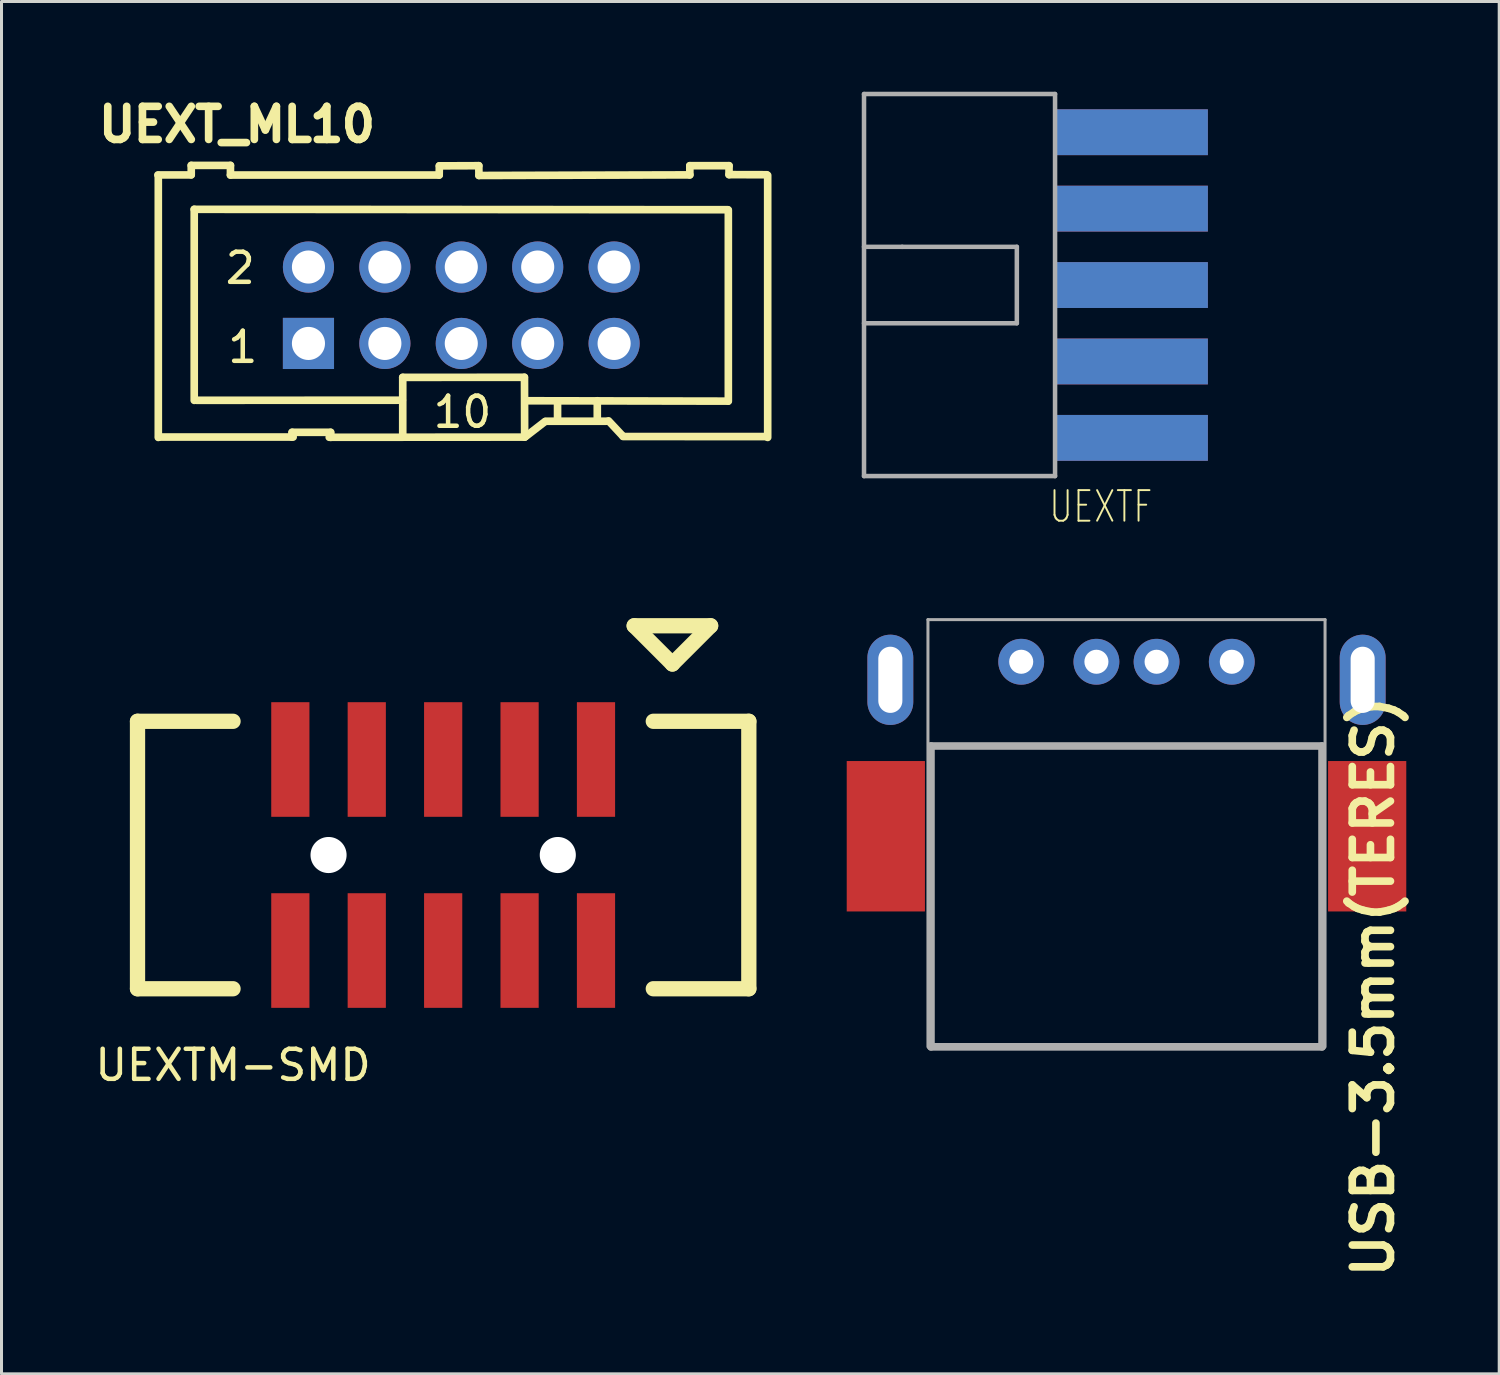
<source format=kicad_pcb>
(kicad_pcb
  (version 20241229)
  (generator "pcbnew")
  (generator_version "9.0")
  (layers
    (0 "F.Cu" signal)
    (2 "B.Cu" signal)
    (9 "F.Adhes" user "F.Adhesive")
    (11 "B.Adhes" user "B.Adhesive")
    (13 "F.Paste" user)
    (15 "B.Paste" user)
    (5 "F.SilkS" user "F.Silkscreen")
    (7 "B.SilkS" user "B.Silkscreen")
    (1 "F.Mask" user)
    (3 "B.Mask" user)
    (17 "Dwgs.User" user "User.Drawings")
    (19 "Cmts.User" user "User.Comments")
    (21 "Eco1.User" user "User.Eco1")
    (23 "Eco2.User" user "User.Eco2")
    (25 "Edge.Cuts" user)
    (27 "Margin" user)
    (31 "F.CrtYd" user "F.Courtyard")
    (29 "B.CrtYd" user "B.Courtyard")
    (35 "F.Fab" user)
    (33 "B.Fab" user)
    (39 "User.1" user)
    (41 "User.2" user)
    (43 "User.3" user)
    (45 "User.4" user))
  (footprint "UEXTF"
    (layer "F.Cu")
    (at 29.48 6.425)
    (property "Reference" "UEXTF" (at 4.064 7.366 0) (layer "F.SilkS") (effects (font (size 1.016 0.762) (thickness 0.064))))
    (attr smd)
    (fp_line (start -3.81 -6.35) (end -3.81 6.35) (stroke (width 0.15) (type solid)) (layer "F.Fab"))
    (fp_line (start -3.81 -1.27) (end -2.54 -1.27) (stroke (width 0.15) (type solid)) (layer "F.Fab"))
    (fp_line (start -3.81 6.35) (end 2.54 6.35) (stroke (width 0.15) (type solid)) (layer "F.Fab"))
    (fp_line (start -2.54 -1.27) (end 1.27 -1.27) (stroke (width 0.15) (type solid)) (layer "F.Fab"))
    (fp_line (start 1.27 -1.27) (end 1.27 1.27) (stroke (width 0.15) (type solid)) (layer "F.Fab"))
    (fp_line (start 1.27 1.27) (end -3.81 1.27) (stroke (width 0.15) (type solid)) (layer "F.Fab"))
    (fp_line (start 2.54 -6.35) (end -3.81 -6.35) (stroke (width 0.15) (type solid)) (layer "F.Fab"))
    (fp_line (start 2.54 -6.35) (end 2.54 6.35) (stroke (width 0.15) (type solid)) (layer "F.Fab"))
    (pad "1" smd rect (at 5.08 -5.08) (size 5.08 1.524) (layers "F.Cu" "F.Mask"))
    (pad "2" smd rect (at 5.08 -5.08) (size 5.08 1.524) (layers "B.Cu" "B.Mask"))
    (pad "3" smd rect (at 5.08 -2.54) (size 5.08 1.524) (layers "F.Cu" "F.Mask"))
    (pad "4" smd rect (at 5.08 -2.54) (size 5.08 1.524) (layers "B.Cu" "B.Mask"))
    (pad "5" smd rect (at 5.08 0) (size 5.08 1.524) (layers "F.Cu" "F.Mask"))
    (pad "6" smd rect (at 5.08 0) (size 5.08 1.524) (layers "B.Cu" "B.Mask"))
    (pad "7" smd rect (at 5.08 2.54) (size 5.08 1.524) (layers "F.Cu" "F.Mask"))
    (pad "8" smd rect (at 5.08 2.54) (size 5.08 1.524) (layers "B.Cu" "B.Mask"))
    (pad "9" smd rect (at 5.08 5.08) (size 5.08 1.524) (layers "F.Cu" "F.Mask"))
    (pad "10" smd rect (at 5.08 5.08) (size 5.08 1.524) (layers "B.Cu" "B.Mask")))
  (footprint "UEXT_ML10"
    (layer "F.Cu")
    (at 12.283 7.096)
    (property "Reference" "UEXT_ML10" (at -7.455 -6.007 0) (layer "F.SilkS") (effects (font (size 1.1 1.1) (thickness 0.254))))
    (attr smd)
    (fp_line (start -10.084 -4.331) (end -8.979 -4.331) (stroke (width 0.254) (type solid)) (layer "F.SilkS"))
    (fp_line (start -10.071 -4.318) (end -10.071 4.394) (stroke (width 0.254) (type solid)) (layer "F.SilkS"))
    (fp_line (start -10.058 4.381) (end -5.588 4.381) (stroke (width 0.254) (type solid)) (layer "F.SilkS"))
    (fp_line (start -8.976 -4.648) (end -8.976 -4.336) (stroke (width 0.254) (type solid)) (layer "F.SilkS"))
    (fp_line (start -8.877 -3.188) (end -8.877 3.162) (stroke (width 0.254) (type solid)) (layer "F.SilkS"))
    (fp_line (start -8.877 -3.188) (end 8.865 -3.175) (stroke (width 0.254) (type solid)) (layer "F.SilkS"))
    (fp_line (start -7.673 -4.648) (end -8.976 -4.648) (stroke (width 0.254) (type solid)) (layer "F.SilkS"))
    (fp_line (start -7.673 -4.328) (end -7.673 -4.648) (stroke (width 0.254) (type solid)) (layer "F.SilkS"))
    (fp_line (start -5.631 4.384) (end -5.624 4.224) (stroke (width 0.254) (type solid)) (layer "F.SilkS"))
    (fp_line (start -5.624 4.224) (end -4.351 4.224) (stroke (width 0.254) (type solid)) (layer "F.SilkS"))
    (fp_line (start -4.389 4.389) (end -1.991 4.389) (stroke (width 0.254) (type solid)) (layer "F.SilkS"))
    (fp_line (start -4.338 4.224) (end -4.338 4.392) (stroke (width 0.254) (type solid)) (layer "F.SilkS"))
    (fp_line (start -1.958 3.157) (end -8.806 3.16) (stroke (width 0.254) (type solid)) (layer "F.SilkS"))
    (fp_line (start -1.946 2.398) (end 2.095 2.395) (stroke (width 0.254) (type solid)) (layer "F.SilkS"))
    (fp_line (start -1.946 4.387) (end 2.103 4.384) (stroke (width 0.254) (type solid)) (layer "F.SilkS"))
    (fp_line (start -1.946 4.389) (end -1.946 2.398) (stroke (width 0.254) (type solid)) (layer "F.SilkS"))
    (fp_line (start -0.734 -4.328) (end -7.673 -4.328) (stroke (width 0.254) (type solid)) (layer "F.SilkS"))
    (fp_line (start -0.729 -4.633) (end -0.734 -4.328) (stroke (width 0.254) (type solid)) (layer "F.SilkS"))
    (fp_line (start 0.582 -4.638) (end -0.729 -4.633) (stroke (width 0.254) (type solid)) (layer "F.SilkS"))
    (fp_line (start 0.587 -4.313) (end 0.582 -4.638) (stroke (width 0.254) (type solid)) (layer "F.SilkS"))
    (fp_line (start 2.101 2.395) (end 2.106 4.384) (stroke (width 0.254) (type solid)) (layer "F.SilkS"))
    (fp_line (start 2.121 3.175) (end 8.865 3.188) (stroke (width 0.254) (type solid)) (layer "F.SilkS"))
    (fp_line (start 2.131 4.371) (end 2.781 3.868) (stroke (width 0.254) (type solid)) (layer "F.SilkS"))
    (fp_line (start 2.807 3.856) (end 4.813 3.856) (stroke (width 0.254) (type solid)) (layer "F.SilkS"))
    (fp_line (start 3.2 3.188) (end 3.2 3.835) (stroke (width 0.254) (type solid)) (layer "F.SilkS"))
    (fp_line (start 4.521 3.175) (end 4.521 3.835) (stroke (width 0.254) (type solid)) (layer "F.SilkS"))
    (fp_line (start 4.763 3.856) (end 4.844 3.856) (stroke (width 0.15) (type solid)) (layer "F.SilkS"))
    (fp_line (start 4.831 3.856) (end 4.907 3.856) (stroke (width 0.15) (type solid)) (layer "F.SilkS"))
    (fp_line (start 4.895 3.843) (end 5.37 4.351) (stroke (width 0.254) (type solid)) (layer "F.SilkS"))
    (fp_line (start 5.382 4.364) (end 10.137 4.366) (stroke (width 0.254) (type solid)) (layer "F.SilkS"))
    (fp_line (start 7.597 -4.638) (end 7.597 -4.333) (stroke (width 0.254) (type solid)) (layer "F.SilkS"))
    (fp_line (start 7.597 -4.333) (end 0.587 -4.313) (stroke (width 0.254) (type solid)) (layer "F.SilkS"))
    (fp_line (start 8.877 -3.162) (end 8.877 3.188) (stroke (width 0.254) (type solid)) (layer "F.SilkS"))
    (fp_line (start 8.9 -4.638) (end 7.597 -4.638) (stroke (width 0.254) (type solid)) (layer "F.SilkS"))
    (fp_line (start 8.9 -4.341) (end 8.9 -4.638) (stroke (width 0.254) (type solid)) (layer "F.SilkS"))
    (fp_line (start 10.155 -4.338) (end 8.9 -4.341) (stroke (width 0.254) (type solid)) (layer "F.SilkS"))
    (fp_line (start 10.185 -4.318) (end 10.185 4.394) (stroke (width 0.254) (type solid)) (layer "F.SilkS"))
    (fp_text user "1" (at -7.264 1.392 0) (layer "F.SilkS") (effects (font (size 1 1) (thickness 0.15))))
    (fp_text user "10" (at 0.038 3.551 0) (layer "F.SilkS") (effects (font (size 1 1) (thickness 0.15))))
    (fp_text user "2" (at -7.348 -1.234 0) (layer "F.SilkS") (effects (font (size 1 1) (thickness 0.15))))
    (pad "1" thru_hole rect (at -5.08 1.27) (size 1.7 1.7) (drill 1.1) (layers "*.Cu" "*.Mask"))
    (pad "2" thru_hole circle (at -5.08 -1.27) (size 1.7 1.7) (drill 1.1) (layers "*.Cu" "*.Mask"))
    (pad "3" thru_hole circle (at -2.54 1.27) (size 1.7 1.7) (drill 1.1) (layers "*.Cu" "*.Mask"))
    (pad "4" thru_hole circle (at -2.54 -1.27) (size 1.7 1.7) (drill 1.1) (layers "*.Cu" "*.Mask"))
    (pad "5" thru_hole circle (at 0 1.27) (size 1.7 1.7) (drill 1.1) (layers "*.Cu" "*.Mask"))
    (pad "6" thru_hole circle (at 0 -1.27) (size 1.7 1.7) (drill 1.1) (layers "*.Cu" "*.Mask"))
    (pad "7" thru_hole circle (at 2.54 1.27) (size 1.7 1.7) (drill 1.1) (layers "*.Cu" "*.Mask"))
    (pad "8" thru_hole circle (at 2.54 -1.27) (size 1.7 1.7) (drill 1.1) (layers "*.Cu" "*.Mask"))
    (pad "9" thru_hole circle (at 5.08 1.27) (size 1.7 1.7) (drill 1.1) (layers "*.Cu" "*.Mask"))
    (pad "10" thru_hole circle (at 5.08 -1.27) (size 1.7 1.7) (drill 1.1) (layers "*.Cu" "*.Mask")))
  (footprint "USB-3.5mm(TERES)"
    (layer "F.Cu")
    (at 34.395 31.747)
    (property "Reference" "USB-3.5mm(TERES)" (at 8.2 -2 270) (layer "F.SilkS") (effects (font (size 1.27 1.27) (thickness 0.254))))
    (attr through_hole)
    (fp_line (start -6.6 -14.2) (end 6.6 -14.2) (stroke (width 0.1) (type solid)) (layer "F.Fab"))
    (fp_line (start -6.6 0) (end -6.6 -14.2) (stroke (width 0.1) (type solid)) (layer "F.Fab"))
    (fp_line (start -6.5 -10) (end 6.5 -10) (stroke (width 0.254) (type solid)) (layer "F.Fab"))
    (fp_line (start -6.5 0) (end -6.5 -10) (stroke (width 0.254) (type solid)) (layer "F.Fab"))
    (fp_line (start 6.5 -10) (end 6.5 0) (stroke (width 0.254) (type solid)) (layer "F.Fab"))
    (fp_line (start 6.5 0) (end -6.5 0) (stroke (width 0.254) (type solid)) (layer "F.Fab"))
    (fp_line (start 6.6 -14.2) (end 6.6 0) (stroke (width 0.1) (type solid)) (layer "F.Fab"))
    (pad "0" smd rect (at -8 -7.4) (size 2.4 2.4) (layers "F.Cu" "F.Mask" "F.Paste"))
    (pad "0" smd rect (at -8 -7) (size 2.6 5) (layers "F.Cu"))
    (pad "0" thru_hole oval (at -7.85 -12.2) (size 1.524 3) (drill oval 0.8 2.2) (layers "*.Cu" "*.Mask"))
    (pad "0" thru_hole oval (at 7.85 -12.2) (size 1.524 3) (drill oval 0.8 2.2) (layers "*.Cu" "*.Mask"))
    (pad "0" smd rect (at 8 -7.4) (size 2.4 2.4) (layers "F.Cu" "F.Mask" "F.Paste"))
    (pad "0" smd rect (at 8 -7) (size 2.6 5) (layers "F.Cu"))
    (pad "1" thru_hole circle (at -3.5 -12.8) (size 1.524 1.524) (drill 0.8) (layers "*.Cu" "*.Mask"))
    (pad "2" thru_hole circle (at -1 -12.8) (size 1.524 1.524) (drill 0.8) (layers "*.Cu" "*.Mask"))
    (pad "3" thru_hole circle (at 1 -12.8) (size 1.524 1.524) (drill 0.8) (layers "*.Cu" "*.Mask"))
    (pad "4" thru_hole circle (at 3.5 -12.8) (size 1.524 1.524) (drill 0.8) (layers "*.Cu" "*.Mask")))
  (footprint "UEXTM-SMD"
    (layer "F.Cu")
    (at 11.681 25.371)
    (property "Reference" "UEXTM-SMD" (at -6.985 6.985 0) (layer "F.SilkS") (effects (font (size 1 1) (thickness 0.15))))
    (attr smd)
    (fp_line (start -10.16 -4.445) (end -10.16 4.445) (stroke (width 0.508) (type solid)) (layer "F.SilkS"))
    (fp_line (start -10.16 -4.445) (end -6.985 -4.445) (stroke (width 0.508) (type solid)) (layer "F.SilkS"))
    (fp_line (start -10.16 4.445) (end -6.985 4.445) (stroke (width 0.508) (type solid)) (layer "F.SilkS"))
    (fp_line (start 6.35 -7.62) (end 8.89 -7.62) (stroke (width 0.508) (type solid)) (layer "F.SilkS"))
    (fp_line (start 6.985 4.445) (end 10.16 4.445) (stroke (width 0.508) (type solid)) (layer "F.SilkS"))
    (fp_line (start 7.62 -6.35) (end 6.35 -7.62) (stroke (width 0.508) (type solid)) (layer "F.SilkS"))
    (fp_line (start 8.89 -7.62) (end 7.62 -6.35) (stroke (width 0.508) (type solid)) (layer "F.SilkS"))
    (fp_line (start 10.16 -4.445) (end 6.985 -4.445) (stroke (width 0.508) (type solid)) (layer "F.SilkS"))
    (fp_line (start 10.16 -4.445) (end 10.16 4.445) (stroke (width 0.508) (type solid)) (layer "F.SilkS"))
    (pad "" smd trapezoid (at -5.08 -3.175) (size 1.7 3.81) (layers "F.Paste"))
    (pad "" smd trapezoid (at -5.08 3.175) (size 1.7 3.81) (layers "F.Paste"))
    (pad "" np_thru_hole circle (at -3.81 0 270) (size 1.2 1.2) (drill 1.2) (layers "*.Cu" "*.Mask"))
    (pad "" smd trapezoid (at -2.54 -3.175) (size 1.7 3.81) (layers "F.Paste"))
    (pad "" smd trapezoid (at -2.54 3.175) (size 1.7 3.81) (layers "F.Paste"))
    (pad "" smd trapezoid (at 0 -3.175) (size 1.7 3.81) (layers "F.Paste"))
    (pad "" smd trapezoid (at 0 3.175) (size 1.7 3.81) (layers "F.Paste"))
    (pad "" smd trapezoid (at 2.54 -3.175) (size 1.7 3.81) (layers "F.Paste"))
    (pad "" smd trapezoid (at 2.54 3.175) (size 1.7 3.81) (layers "F.Paste"))
    (pad "" np_thru_hole circle (at 3.81 0 270) (size 1.2 1.2) (drill 1.2) (layers "*.Cu" "*.Mask"))
    (pad "" smd trapezoid (at 5.08 -3.175) (size 1.7 3.81) (layers "F.Paste"))
    (pad "" smd trapezoid (at 5.08 3.175) (size 1.7 3.81) (layers "F.Paste"))
    (pad "1" smd rect (at 5.08 -3.175) (size 1.27 3.81) (layers "F.Cu" "F.Mask"))
    (pad "2" smd rect (at 5.08 3.175) (size 1.27 3.81) (layers "F.Cu" "F.Mask"))
    (pad "3" smd rect (at 2.54 -3.175) (size 1.27 3.81) (layers "F.Cu" "F.Mask"))
    (pad "4" smd rect (at 2.54 3.175) (size 1.27 3.81) (layers "F.Cu" "F.Mask"))
    (pad "5" smd rect (at 0 -3.175) (size 1.27 3.81) (layers "F.Cu" "F.Mask"))
    (pad "6" smd rect (at 0 3.175) (size 1.27 3.81) (layers "F.Cu" "F.Mask"))
    (pad "7" smd rect (at -2.54 -3.175) (size 1.27 3.81) (layers "F.Cu" "F.Mask"))
    (pad "8" smd rect (at -2.54 3.175) (size 1.27 3.81) (layers "F.Cu" "F.Mask"))
    (pad "9" smd rect (at -5.08 -3.175) (size 1.27 3.81) (layers "F.Cu" "F.Mask"))
    (pad "10" smd rect (at -5.08 3.175) (size 1.27 3.81) (layers "F.Cu" "F.Mask")))
  (gr_rect
    (start -3 -3)
    (end 46.784 42.617)
    (stroke (width 0.1) (type default))
    (fill no)
    (layer "Edge.Cuts")))
</source>
